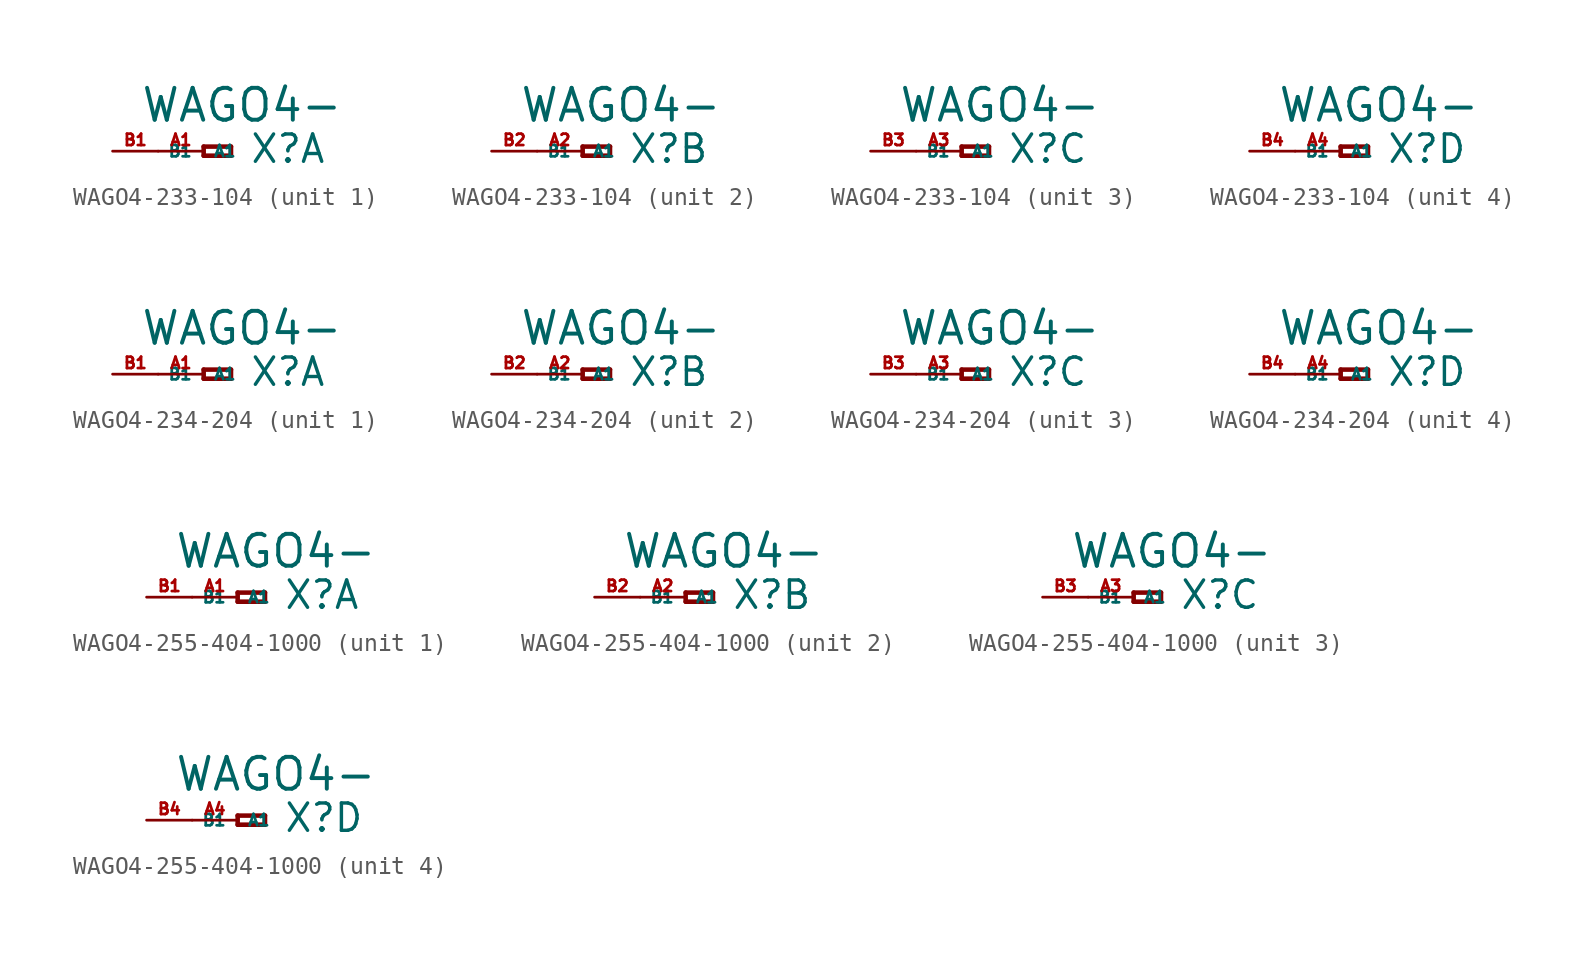
<source format=kicad_sym>
(kicad_symbol_lib
  (version 20220914)
  (generator Eagle2Kicad)
  (symbol "WAGO4-233-104"
    (property "Reference" "X"
      (at 2.54 -0.762 0)
      (effects (font (size 1.524 1.524) (thickness 0.19)) (justify left bottom)))
    (property "Value" "WAGO4-"
      (at -3.556 1.524 0)
      (effects (font (size 1.778 1.778) (thickness 0.22)) (justify left bottom)))
    (symbol "WAGO4-233-104_1_0"
      (polyline (pts (xy 0 0.254) (xy 0 -0.254)) (stroke (width 0.254) (type default)) (fill (type none)))
      (polyline (pts (xy 0 -0.254) (xy 1.524 -0.254)) (stroke (width 0.254) (type default)) (fill (type none)))
      (polyline (pts (xy 1.524 -0.254) (xy 1.524 0.254)) (stroke (width 0.254) (type default)) (fill (type none)))
      (polyline (pts (xy 1.524 0.254) (xy 0 0.254)) (stroke (width 0.254) (type default)) (fill (type none)))
      (pin passive line (at -2.54 0 0) (length 2.54) (name "A1" (effects (font (size 0.635 0.635) (thickness 0.08)) (justify left bottom))) (number "A1" (effects (font (size 0.635 0.635) (thickness 0.08)) (justify left bottom))))
      (pin passive line (at -5.08 0 0) (length 2.54) (name "B1" (effects (font (size 0.635 0.635) (thickness 0.08)) (justify left bottom))) (number "B1" (effects (font (size 0.635 0.635) (thickness 0.08)) (justify left bottom)))))
    (symbol "WAGO4-233-104_2_0"
      (polyline (pts (xy 0 0.254) (xy 0 -0.254)) (stroke (width 0.254) (type default)) (fill (type none)))
      (polyline (pts (xy 0 -0.254) (xy 1.524 -0.254)) (stroke (width 0.254) (type default)) (fill (type none)))
      (polyline (pts (xy 1.524 -0.254) (xy 1.524 0.254)) (stroke (width 0.254) (type default)) (fill (type none)))
      (polyline (pts (xy 1.524 0.254) (xy 0 0.254)) (stroke (width 0.254) (type default)) (fill (type none)))
      (pin passive line (at -2.54 0 0) (length 2.54) (name "A1" (effects (font (size 0.635 0.635) (thickness 0.08)) (justify left bottom))) (number "A2" (effects (font (size 0.635 0.635) (thickness 0.08)) (justify left bottom))))
      (pin passive line (at -5.08 0 0) (length 2.54) (name "B1" (effects (font (size 0.635 0.635) (thickness 0.08)) (justify left bottom))) (number "B2" (effects (font (size 0.635 0.635) (thickness 0.08)) (justify left bottom)))))
    (symbol "WAGO4-233-104_3_0"
      (polyline (pts (xy 0 0.254) (xy 0 -0.254)) (stroke (width 0.254) (type default)) (fill (type none)))
      (polyline (pts (xy 0 -0.254) (xy 1.524 -0.254)) (stroke (width 0.254) (type default)) (fill (type none)))
      (polyline (pts (xy 1.524 -0.254) (xy 1.524 0.254)) (stroke (width 0.254) (type default)) (fill (type none)))
      (polyline (pts (xy 1.524 0.254) (xy 0 0.254)) (stroke (width 0.254) (type default)) (fill (type none)))
      (pin passive line (at -2.54 0 0) (length 2.54) (name "A1" (effects (font (size 0.635 0.635) (thickness 0.08)) (justify left bottom))) (number "A3" (effects (font (size 0.635 0.635) (thickness 0.08)) (justify left bottom))))
      (pin passive line (at -5.08 0 0) (length 2.54) (name "B1" (effects (font (size 0.635 0.635) (thickness 0.08)) (justify left bottom))) (number "B3" (effects (font (size 0.635 0.635) (thickness 0.08)) (justify left bottom)))))
    (symbol "WAGO4-233-104_4_0"
      (polyline (pts (xy 0 0.254) (xy 0 -0.254)) (stroke (width 0.254) (type default)) (fill (type none)))
      (polyline (pts (xy 0 -0.254) (xy 1.524 -0.254)) (stroke (width 0.254) (type default)) (fill (type none)))
      (polyline (pts (xy 1.524 -0.254) (xy 1.524 0.254)) (stroke (width 0.254) (type default)) (fill (type none)))
      (polyline (pts (xy 1.524 0.254) (xy 0 0.254)) (stroke (width 0.254) (type default)) (fill (type none)))
      (pin passive line (at -2.54 0 0) (length 2.54) (name "A1" (effects (font (size 0.635 0.635) (thickness 0.08)) (justify left bottom))) (number "A4" (effects (font (size 0.635 0.635) (thickness 0.08)) (justify left bottom))))
      (pin passive line (at -5.08 0 0) (length 2.54) (name "B1" (effects (font (size 0.635 0.635) (thickness 0.08)) (justify left bottom))) (number "B4" (effects (font (size 0.635 0.635) (thickness 0.08)) (justify left bottom))))))
  (symbol "WAGO4-234-204"
    (property "Reference" "X"
      (at 2.54 -0.762 0)
      (effects (font (size 1.524 1.524) (thickness 0.19)) (justify left bottom)))
    (property "Value" "WAGO4-"
      (at -3.556 1.524 0)
      (effects (font (size 1.778 1.778) (thickness 0.22)) (justify left bottom)))
    (symbol "WAGO4-234-204_1_0"
      (polyline (pts (xy 0 0.254) (xy 0 -0.254)) (stroke (width 0.254) (type default)) (fill (type none)))
      (polyline (pts (xy 0 -0.254) (xy 1.524 -0.254)) (stroke (width 0.254) (type default)) (fill (type none)))
      (polyline (pts (xy 1.524 -0.254) (xy 1.524 0.254)) (stroke (width 0.254) (type default)) (fill (type none)))
      (polyline (pts (xy 1.524 0.254) (xy 0 0.254)) (stroke (width 0.254) (type default)) (fill (type none)))
      (pin passive line (at -2.54 0 0) (length 2.54) (name "A1" (effects (font (size 0.635 0.635) (thickness 0.08)) (justify left bottom))) (number "A1" (effects (font (size 0.635 0.635) (thickness 0.08)) (justify left bottom))))
      (pin passive line (at -5.08 0 0) (length 2.54) (name "B1" (effects (font (size 0.635 0.635) (thickness 0.08)) (justify left bottom))) (number "B1" (effects (font (size 0.635 0.635) (thickness 0.08)) (justify left bottom)))))
    (symbol "WAGO4-234-204_2_0"
      (polyline (pts (xy 0 0.254) (xy 0 -0.254)) (stroke (width 0.254) (type default)) (fill (type none)))
      (polyline (pts (xy 0 -0.254) (xy 1.524 -0.254)) (stroke (width 0.254) (type default)) (fill (type none)))
      (polyline (pts (xy 1.524 -0.254) (xy 1.524 0.254)) (stroke (width 0.254) (type default)) (fill (type none)))
      (polyline (pts (xy 1.524 0.254) (xy 0 0.254)) (stroke (width 0.254) (type default)) (fill (type none)))
      (pin passive line (at -2.54 0 0) (length 2.54) (name "A1" (effects (font (size 0.635 0.635) (thickness 0.08)) (justify left bottom))) (number "A2" (effects (font (size 0.635 0.635) (thickness 0.08)) (justify left bottom))))
      (pin passive line (at -5.08 0 0) (length 2.54) (name "B1" (effects (font (size 0.635 0.635) (thickness 0.08)) (justify left bottom))) (number "B2" (effects (font (size 0.635 0.635) (thickness 0.08)) (justify left bottom)))))
    (symbol "WAGO4-234-204_3_0"
      (polyline (pts (xy 0 0.254) (xy 0 -0.254)) (stroke (width 0.254) (type default)) (fill (type none)))
      (polyline (pts (xy 0 -0.254) (xy 1.524 -0.254)) (stroke (width 0.254) (type default)) (fill (type none)))
      (polyline (pts (xy 1.524 -0.254) (xy 1.524 0.254)) (stroke (width 0.254) (type default)) (fill (type none)))
      (polyline (pts (xy 1.524 0.254) (xy 0 0.254)) (stroke (width 0.254) (type default)) (fill (type none)))
      (pin passive line (at -2.54 0 0) (length 2.54) (name "A1" (effects (font (size 0.635 0.635) (thickness 0.08)) (justify left bottom))) (number "A3" (effects (font (size 0.635 0.635) (thickness 0.08)) (justify left bottom))))
      (pin passive line (at -5.08 0 0) (length 2.54) (name "B1" (effects (font (size 0.635 0.635) (thickness 0.08)) (justify left bottom))) (number "B3" (effects (font (size 0.635 0.635) (thickness 0.08)) (justify left bottom)))))
    (symbol "WAGO4-234-204_4_0"
      (polyline (pts (xy 0 0.254) (xy 0 -0.254)) (stroke (width 0.254) (type default)) (fill (type none)))
      (polyline (pts (xy 0 -0.254) (xy 1.524 -0.254)) (stroke (width 0.254) (type default)) (fill (type none)))
      (polyline (pts (xy 1.524 -0.254) (xy 1.524 0.254)) (stroke (width 0.254) (type default)) (fill (type none)))
      (polyline (pts (xy 1.524 0.254) (xy 0 0.254)) (stroke (width 0.254) (type default)) (fill (type none)))
      (pin passive line (at -2.54 0 0) (length 2.54) (name "A1" (effects (font (size 0.635 0.635) (thickness 0.08)) (justify left bottom))) (number "A4" (effects (font (size 0.635 0.635) (thickness 0.08)) (justify left bottom))))
      (pin passive line (at -5.08 0 0) (length 2.54) (name "B1" (effects (font (size 0.635 0.635) (thickness 0.08)) (justify left bottom))) (number "B4" (effects (font (size 0.635 0.635) (thickness 0.08)) (justify left bottom))))))
  (symbol "WAGO4-255-404-1000"
    (property "Reference" "X"
      (at 2.54 -0.762 0)
      (effects (font (size 1.524 1.524) (thickness 0.19)) (justify left bottom)))
    (property "Value" "WAGO4-"
      (at -3.556 1.524 0)
      (effects (font (size 1.778 1.778) (thickness 0.22)) (justify left bottom)))
    (symbol "WAGO4-255-404-1000_1_0"
      (polyline (pts (xy 0 0.254) (xy 0 -0.254)) (stroke (width 0.254) (type default)) (fill (type none)))
      (polyline (pts (xy 0 -0.254) (xy 1.524 -0.254)) (stroke (width 0.254) (type default)) (fill (type none)))
      (polyline (pts (xy 1.524 -0.254) (xy 1.524 0.254)) (stroke (width 0.254) (type default)) (fill (type none)))
      (polyline (pts (xy 1.524 0.254) (xy 0 0.254)) (stroke (width 0.254) (type default)) (fill (type none)))
      (pin passive line (at -2.54 0 0) (length 2.54) (name "A1" (effects (font (size 0.635 0.635) (thickness 0.08)) (justify left bottom))) (number "A1" (effects (font (size 0.635 0.635) (thickness 0.08)) (justify left bottom))))
      (pin passive line (at -5.08 0 0) (length 2.54) (name "B1" (effects (font (size 0.635 0.635) (thickness 0.08)) (justify left bottom))) (number "B1" (effects (font (size 0.635 0.635) (thickness 0.08)) (justify left bottom)))))
    (symbol "WAGO4-255-404-1000_2_0"
      (polyline (pts (xy 0 0.254) (xy 0 -0.254)) (stroke (width 0.254) (type default)) (fill (type none)))
      (polyline (pts (xy 0 -0.254) (xy 1.524 -0.254)) (stroke (width 0.254) (type default)) (fill (type none)))
      (polyline (pts (xy 1.524 -0.254) (xy 1.524 0.254)) (stroke (width 0.254) (type default)) (fill (type none)))
      (polyline (pts (xy 1.524 0.254) (xy 0 0.254)) (stroke (width 0.254) (type default)) (fill (type none)))
      (pin passive line (at -2.54 0 0) (length 2.54) (name "A1" (effects (font (size 0.635 0.635) (thickness 0.08)) (justify left bottom))) (number "A2" (effects (font (size 0.635 0.635) (thickness 0.08)) (justify left bottom))))
      (pin passive line (at -5.08 0 0) (length 2.54) (name "B1" (effects (font (size 0.635 0.635) (thickness 0.08)) (justify left bottom))) (number "B2" (effects (font (size 0.635 0.635) (thickness 0.08)) (justify left bottom)))))
    (symbol "WAGO4-255-404-1000_3_0"
      (polyline (pts (xy 0 0.254) (xy 0 -0.254)) (stroke (width 0.254) (type default)) (fill (type none)))
      (polyline (pts (xy 0 -0.254) (xy 1.524 -0.254)) (stroke (width 0.254) (type default)) (fill (type none)))
      (polyline (pts (xy 1.524 -0.254) (xy 1.524 0.254)) (stroke (width 0.254) (type default)) (fill (type none)))
      (polyline (pts (xy 1.524 0.254) (xy 0 0.254)) (stroke (width 0.254) (type default)) (fill (type none)))
      (pin passive line (at -2.54 0 0) (length 2.54) (name "A1" (effects (font (size 0.635 0.635) (thickness 0.08)) (justify left bottom))) (number "A3" (effects (font (size 0.635 0.635) (thickness 0.08)) (justify left bottom))))
      (pin passive line (at -5.08 0 0) (length 2.54) (name "B1" (effects (font (size 0.635 0.635) (thickness 0.08)) (justify left bottom))) (number "B3" (effects (font (size 0.635 0.635) (thickness 0.08)) (justify left bottom)))))
    (symbol "WAGO4-255-404-1000_4_0"
      (polyline (pts (xy 0 0.254) (xy 0 -0.254)) (stroke (width 0.254) (type default)) (fill (type none)))
      (polyline (pts (xy 0 -0.254) (xy 1.524 -0.254)) (stroke (width 0.254) (type default)) (fill (type none)))
      (polyline (pts (xy 1.524 -0.254) (xy 1.524 0.254)) (stroke (width 0.254) (type default)) (fill (type none)))
      (polyline (pts (xy 1.524 0.254) (xy 0 0.254)) (stroke (width 0.254) (type default)) (fill (type none)))
      (pin passive line (at -2.54 0 0) (length 2.54) (name "A1" (effects (font (size 0.635 0.635) (thickness 0.08)) (justify left bottom))) (number "A4" (effects (font (size 0.635 0.635) (thickness 0.08)) (justify left bottom))))
      (pin passive line (at -5.08 0 0) (length 2.54) (name "B1" (effects (font (size 0.635 0.635) (thickness 0.08)) (justify left bottom))) (number "B4" (effects (font (size 0.635 0.635) (thickness 0.08)) (justify left bottom)))))))
</source>
